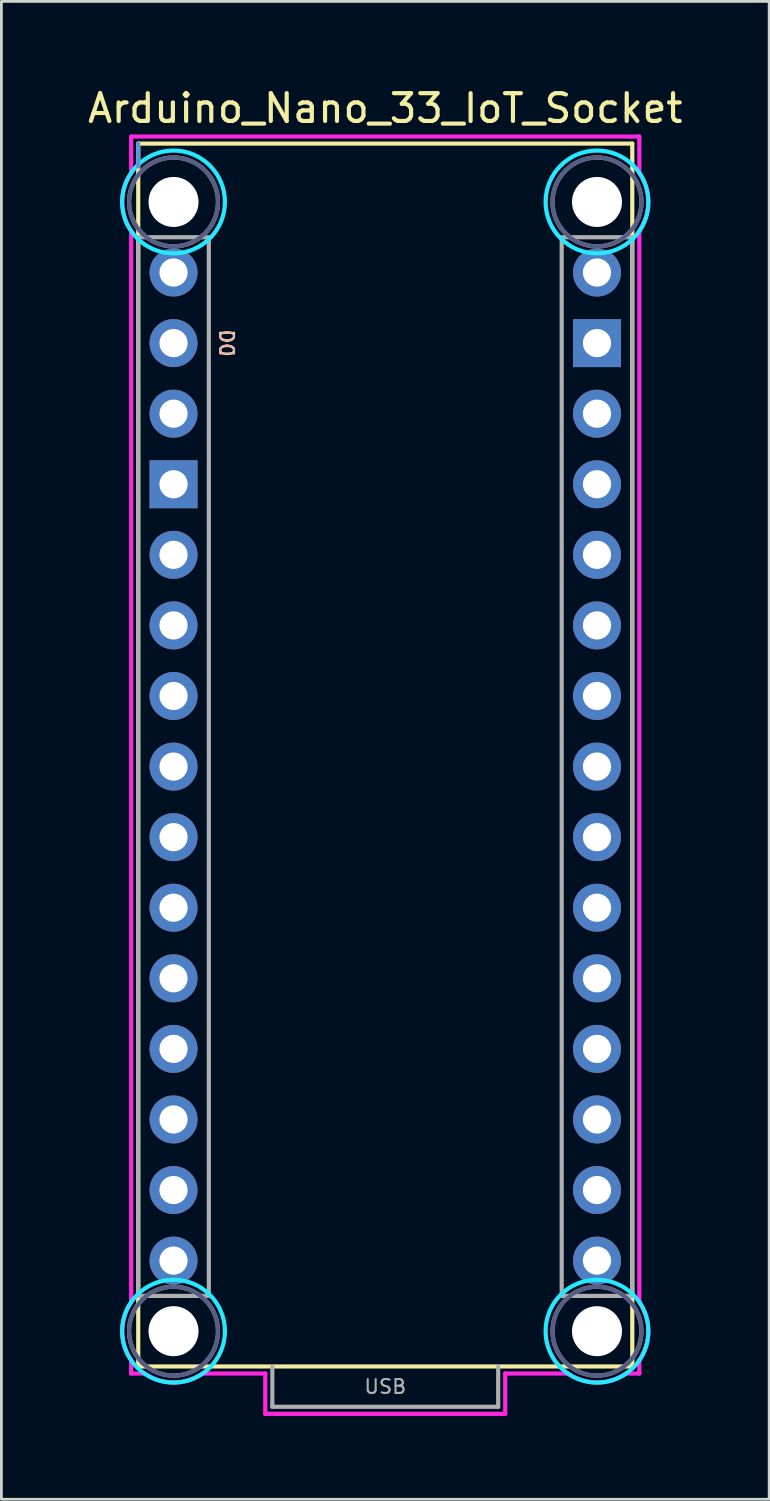
<source format=kicad_pcb>
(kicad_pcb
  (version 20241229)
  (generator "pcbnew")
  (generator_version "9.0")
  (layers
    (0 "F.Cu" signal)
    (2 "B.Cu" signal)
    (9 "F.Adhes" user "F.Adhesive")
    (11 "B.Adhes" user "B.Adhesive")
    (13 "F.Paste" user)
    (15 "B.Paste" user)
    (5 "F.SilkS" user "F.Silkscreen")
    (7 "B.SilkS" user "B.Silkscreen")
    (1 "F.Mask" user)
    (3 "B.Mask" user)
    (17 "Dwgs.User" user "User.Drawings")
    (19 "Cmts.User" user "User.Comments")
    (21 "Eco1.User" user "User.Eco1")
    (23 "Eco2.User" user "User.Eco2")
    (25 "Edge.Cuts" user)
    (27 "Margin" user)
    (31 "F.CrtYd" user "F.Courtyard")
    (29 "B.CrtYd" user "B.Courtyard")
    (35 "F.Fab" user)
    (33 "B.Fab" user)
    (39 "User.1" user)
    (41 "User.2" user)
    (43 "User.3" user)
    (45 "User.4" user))
  (footprint "Arduino_Nano_33_IoT_Socket"
    (layer "F.Cu")
    (at 10.815 46.128)
    (property "Reference" "Arduino_Nano_33_IoT_Socket" (at 0 -45.28 0) (layer "F.SilkS") (effects (font (size 1 1) (thickness 0.15))))
    (attr through_hole)
    (fp_line (start -8.89 -44.01) (end -8.89 0) (stroke (width 0.15) (type solid)) (layer "F.SilkS"))
    (fp_line (start -8.89 -44.01) (end 8.89 -44.01) (stroke (width 0.15) (type solid)) (layer "F.SilkS"))
    (fp_line (start -8.89 0) (end 8.89 0) (stroke (width 0.15) (type solid)) (layer "F.SilkS"))
    (fp_line (start 8.89 -44.01) (end 8.89 0) (stroke (width 0.15) (type solid)) (layer "F.SilkS"))
    (fp_line (start -8.89 -44.01) (end -8.89 -43.18) (stroke (width 0.15) (type solid)) (layer "Cmts.User"))
    (fp_circle (center -7.62 -41.91) (end -5.77 -41.91) (stroke (width 0.15) (type solid)) (fill no) (layer "B.CrtYd"))
    (fp_circle (center -7.62 -1.27) (end -5.77 -1.27) (stroke (width 0.15) (type solid)) (fill no) (layer "B.CrtYd"))
    (fp_circle (center 7.62 -41.91) (end 9.47 -41.91) (stroke (width 0.15) (type solid)) (fill no) (layer "B.CrtYd"))
    (fp_circle (center 7.62 -1.27) (end 9.47 -1.27) (stroke (width 0.15) (type solid)) (fill no) (layer "B.CrtYd"))
    (fp_line (start -9.144 -44.264) (end 9.144 -44.264) (stroke (width 0.15) (type solid)) (layer "F.CrtYd"))
    (fp_line (start -9.144 -42.951) (end -9.144 -44.264) (stroke (width 0.15) (type solid)) (layer "F.CrtYd"))
    (fp_line (start -9.144 -2.311) (end -9.144 -40.869) (stroke (width 0.15) (type solid)) (layer "F.CrtYd"))
    (fp_line (start -9.144 0.254) (end -9.144 -0.229) (stroke (width 0.15) (type solid)) (layer "F.CrtYd"))
    (fp_line (start -8.661 0.254) (end -9.144 0.254) (stroke (width 0.15) (type solid)) (layer "F.CrtYd"))
    (fp_line (start -4.318 0.254) (end -6.579 0.254) (stroke (width 0.15) (type solid)) (layer "F.CrtYd"))
    (fp_line (start -4.318 1.704) (end -4.318 0.254) (stroke (width 0.15) (type solid)) (layer "F.CrtYd"))
    (fp_line (start 4.318 0.254) (end 4.318 1.704) (stroke (width 0.15) (type solid)) (layer "F.CrtYd"))
    (fp_line (start 4.318 1.704) (end -4.318 1.704) (stroke (width 0.15) (type solid)) (layer "F.CrtYd"))
    (fp_line (start 6.579 0.254) (end 4.318 0.254) (stroke (width 0.15) (type solid)) (layer "F.CrtYd"))
    (fp_line (start 9.144 -44.264) (end 9.144 -42.951) (stroke (width 0.15) (type solid)) (layer "F.CrtYd"))
    (fp_line (start 9.144 -40.869) (end 9.144 -2.311) (stroke (width 0.15) (type solid)) (layer "F.CrtYd"))
    (fp_line (start 9.144 -0.229) (end 9.144 0.254) (stroke (width 0.15) (type solid)) (layer "F.CrtYd"))
    (fp_line (start 9.144 0.254) (end 8.661 0.254) (stroke (width 0.15) (type solid)) (layer "F.CrtYd"))
    (fp_arc (start -9.144 -40.8686) (mid -9.467363 -41.91) (end -9.144 -42.9514) (stroke (width 0.15) (type solid)) (layer "F.CrtYd"))
    (fp_arc (start -9.144 -0.2286) (mid -9.467363 -1.27) (end -9.144 -2.3114) (stroke (width 0.15) (type solid)) (layer "F.CrtYd"))
    (fp_arc (start -6.5786 0.254) (mid -7.62 0.577363) (end -8.6614 0.254) (stroke (width 0.15) (type solid)) (layer "F.CrtYd"))
    (fp_arc (start 8.6614 0.254) (mid 7.62 0.577363) (end 6.5786 0.254) (stroke (width 0.15) (type solid)) (layer "F.CrtYd"))
    (fp_arc (start 9.144 -42.9514) (mid 9.467363 -41.91) (end 9.144 -40.8686) (stroke (width 0.15) (type solid)) (layer "F.CrtYd"))
    (fp_arc (start 9.144 -2.3114) (mid 9.467363 -1.27) (end 9.144 -0.2286) (stroke (width 0.15) (type solid)) (layer "F.CrtYd"))
    (fp_circle (center -7.62 -41.91) (end -6.02 -41.91) (stroke (width 0.15) (type solid)) (fill no) (layer "B.Fab"))
    (fp_circle (center -7.62 -1.27) (end -6.02 -1.27) (stroke (width 0.15) (type solid)) (fill no) (layer "B.Fab"))
    (fp_circle (center 7.62 -41.91) (end 9.22 -41.91) (stroke (width 0.15) (type solid)) (fill no) (layer "B.Fab"))
    (fp_circle (center 7.62 -1.27) (end 9.22 -1.27) (stroke (width 0.15) (type solid)) (fill no) (layer "B.Fab"))
    (fp_line (start -4.064 0) (end -4.064 1.45) (stroke (width 0.15) (type solid)) (layer "F.Fab"))
    (fp_line (start -4.064 1.45) (end 4.064 1.45) (stroke (width 0.15) (type solid)) (layer "F.Fab"))
    (fp_line (start 4.064 1.45) (end 4.064 0) (stroke (width 0.15) (type solid)) (layer "F.Fab"))
    (fp_rect (start -8.89 -40.64) (end -6.35 -2.54) (stroke (width 0.15) (type solid)) (fill no) (layer "F.Fab"))
    (fp_rect (start 6.35 -40.64) (end 8.89 -2.54) (stroke (width 0.15) (type solid)) (fill no) (layer "F.Fab"))
    (fp_circle (center -7.62 -41.91) (end -6.02 -41.91) (stroke (width 0.15) (type solid)) (fill no) (layer "F.Fab"))
    (fp_circle (center -7.62 -1.27) (end -6.02 -1.27) (stroke (width 0.15) (type solid)) (fill no) (layer "F.Fab"))
    (fp_circle (center 7.62 -41.91) (end 9.22 -41.91) (stroke (width 0.15) (type solid)) (fill no) (layer "F.Fab"))
    (fp_circle (center 7.62 -1.27) (end 9.22 -1.27) (stroke (width 0.15) (type solid)) (fill no) (layer "F.Fab"))
    (fp_text user "D0" (at -5.715 -36.83 270) (unlocked yes) (layer "F.SilkS") (effects (font (size 0.5 0.5) (thickness 0.075))))
    (fp_text user "D0" (at -5.715 -36.83 270) (unlocked yes) (layer "B.SilkS") (effects (font (size 0.5 0.5) (thickness 0.075)) (justify mirror)))
    (fp_text user "USB" (at 0 0.725 0) (layer "F.Fab") (effects (font (size 0.5 0.5) (thickness 0.075))))
    (pad "" np_thru_hole circle (at -7.62 -41.91) (size 1.8 1.8) (drill 1.8) (layers "*.Cu" "*.Mask"))
    (pad "" np_thru_hole circle (at -7.62 -1.27) (size 1.8 1.8) (drill 1.8) (layers "*.Cu" "*.Mask"))
    (pad "" np_thru_hole circle (at 7.62 -41.91) (size 1.8 1.8) (drill 1.8) (layers "*.Cu" "*.Mask"))
    (pad "" np_thru_hole circle (at 7.62 -1.27) (size 1.8 1.8) (drill 1.8) (layers "*.Cu" "*.Mask"))
    (pad "3V3" thru_hole circle (at 7.62 -6.35) (size 1.727 1.727) (drill 1.016) (layers "*.Cu" "*.Mask"))
    (pad "5V" thru_hole circle (at 7.62 -31.75) (size 1.727 1.727) (drill 1.016) (layers "*.Cu" "*.Mask"))
    (pad "A0" thru_hole circle (at 7.62 -11.43) (size 1.727 1.727) (drill 1.016) (layers "*.Cu" "*.Mask"))
    (pad "A1" thru_hole circle (at 7.62 -13.97) (size 1.727 1.727) (drill 1.016) (layers "*.Cu" "*.Mask"))
    (pad "A2" thru_hole circle (at 7.62 -16.51) (size 1.727 1.727) (drill 1.016) (layers "*.Cu" "*.Mask"))
    (pad "A3" thru_hole circle (at 7.62 -19.05) (size 1.727 1.727) (drill 1.016) (layers "*.Cu" "*.Mask"))
    (pad "A4" thru_hole circle (at 7.62 -21.59) (size 1.727 1.727) (drill 1.016) (layers "*.Cu" "*.Mask"))
    (pad "A5" thru_hole circle (at 7.62 -24.13) (size 1.727 1.727) (drill 1.016) (layers "*.Cu" "*.Mask"))
    (pad "A6" thru_hole circle (at 7.62 -26.67) (size 1.727 1.727) (drill 1.016) (layers "*.Cu" "*.Mask"))
    (pad "A7" thru_hole circle (at 7.62 -29.21) (size 1.727 1.727) (drill 1.016) (layers "*.Cu" "*.Mask"))
    (pad "AREF" thru_hole circle (at 7.62 -8.89) (size 1.727 1.727) (drill 1.016) (layers "*.Cu" "*.Mask"))
    (pad "D0" thru_hole circle (at -7.62 -36.83) (size 1.727 1.727) (drill 1.016) (layers "*.Cu" "*.Mask"))
    (pad "D1" thru_hole circle (at -7.62 -39.37) (size 1.727 1.727) (drill 1.016) (layers "*.Cu" "*.Mask"))
    (pad "D2" thru_hole circle (at -7.62 -29.21) (size 1.727 1.727) (drill 1.016) (layers "*.Cu" "*.Mask"))
    (pad "D3" thru_hole circle (at -7.62 -26.67) (size 1.727 1.727) (drill 1.016) (layers "*.Cu" "*.Mask"))
    (pad "D4" thru_hole circle (at -7.62 -24.13) (size 1.727 1.727) (drill 1.016) (layers "*.Cu" "*.Mask"))
    (pad "D5" thru_hole circle (at -7.62 -21.59) (size 1.727 1.727) (drill 1.016) (layers "*.Cu" "*.Mask"))
    (pad "D6" thru_hole circle (at -7.62 -19.05) (size 1.727 1.727) (drill 1.016) (layers "*.Cu" "*.Mask"))
    (pad "D7" thru_hole circle (at -7.62 -16.51) (size 1.727 1.727) (drill 1.016) (layers "*.Cu" "*.Mask"))
    (pad "D8" thru_hole circle (at -7.62 -13.97) (size 1.727 1.727) (drill 1.016) (layers "*.Cu" "*.Mask"))
    (pad "D9" thru_hole circle (at -7.62 -11.43) (size 1.727 1.727) (drill 1.016) (layers "*.Cu" "*.Mask"))
    (pad "D10" thru_hole circle (at -7.62 -8.89) (size 1.727 1.727) (drill 1.016) (layers "*.Cu" "*.Mask"))
    (pad "D11" thru_hole circle (at -7.62 -6.35) (size 1.727 1.727) (drill 1.016) (layers "*.Cu" "*.Mask"))
    (pad "D12" thru_hole circle (at -7.62 -3.81) (size 1.727 1.727) (drill 1.016) (layers "*.Cu" "*.Mask"))
    (pad "D13" thru_hole circle (at 7.62 -3.81) (size 1.727 1.727) (drill 1.016) (layers "*.Cu" "*.Mask"))
    (pad "GND1" thru_hole rect (at -7.62 -31.75) (size 1.727 1.727) (drill 1.016) (layers "*.Cu" "*.Mask"))
    (pad "GND2" thru_hole rect (at 7.62 -36.83) (size 1.727 1.727) (drill 1.016) (layers "*.Cu" "*.Mask"))
    (pad "RST1" thru_hole circle (at -7.62 -34.29) (size 1.727 1.727) (drill 1.016) (layers "*.Cu" "*.Mask"))
    (pad "RST2" thru_hole circle (at 7.62 -34.29) (size 1.727 1.727) (drill 1.016) (layers "*.Cu" "*.Mask"))
    (pad "VIN" thru_hole circle (at 7.62 -39.37) (size 1.727 1.727) (drill 1.016) (layers "*.Cu" "*.Mask")))
  (gr_rect
    (start -3 -3)
    (end 24.631 50.907)
    (stroke (width 0.1) (type default))
    (fill no)
    (layer "Edge.Cuts")))
</source>
